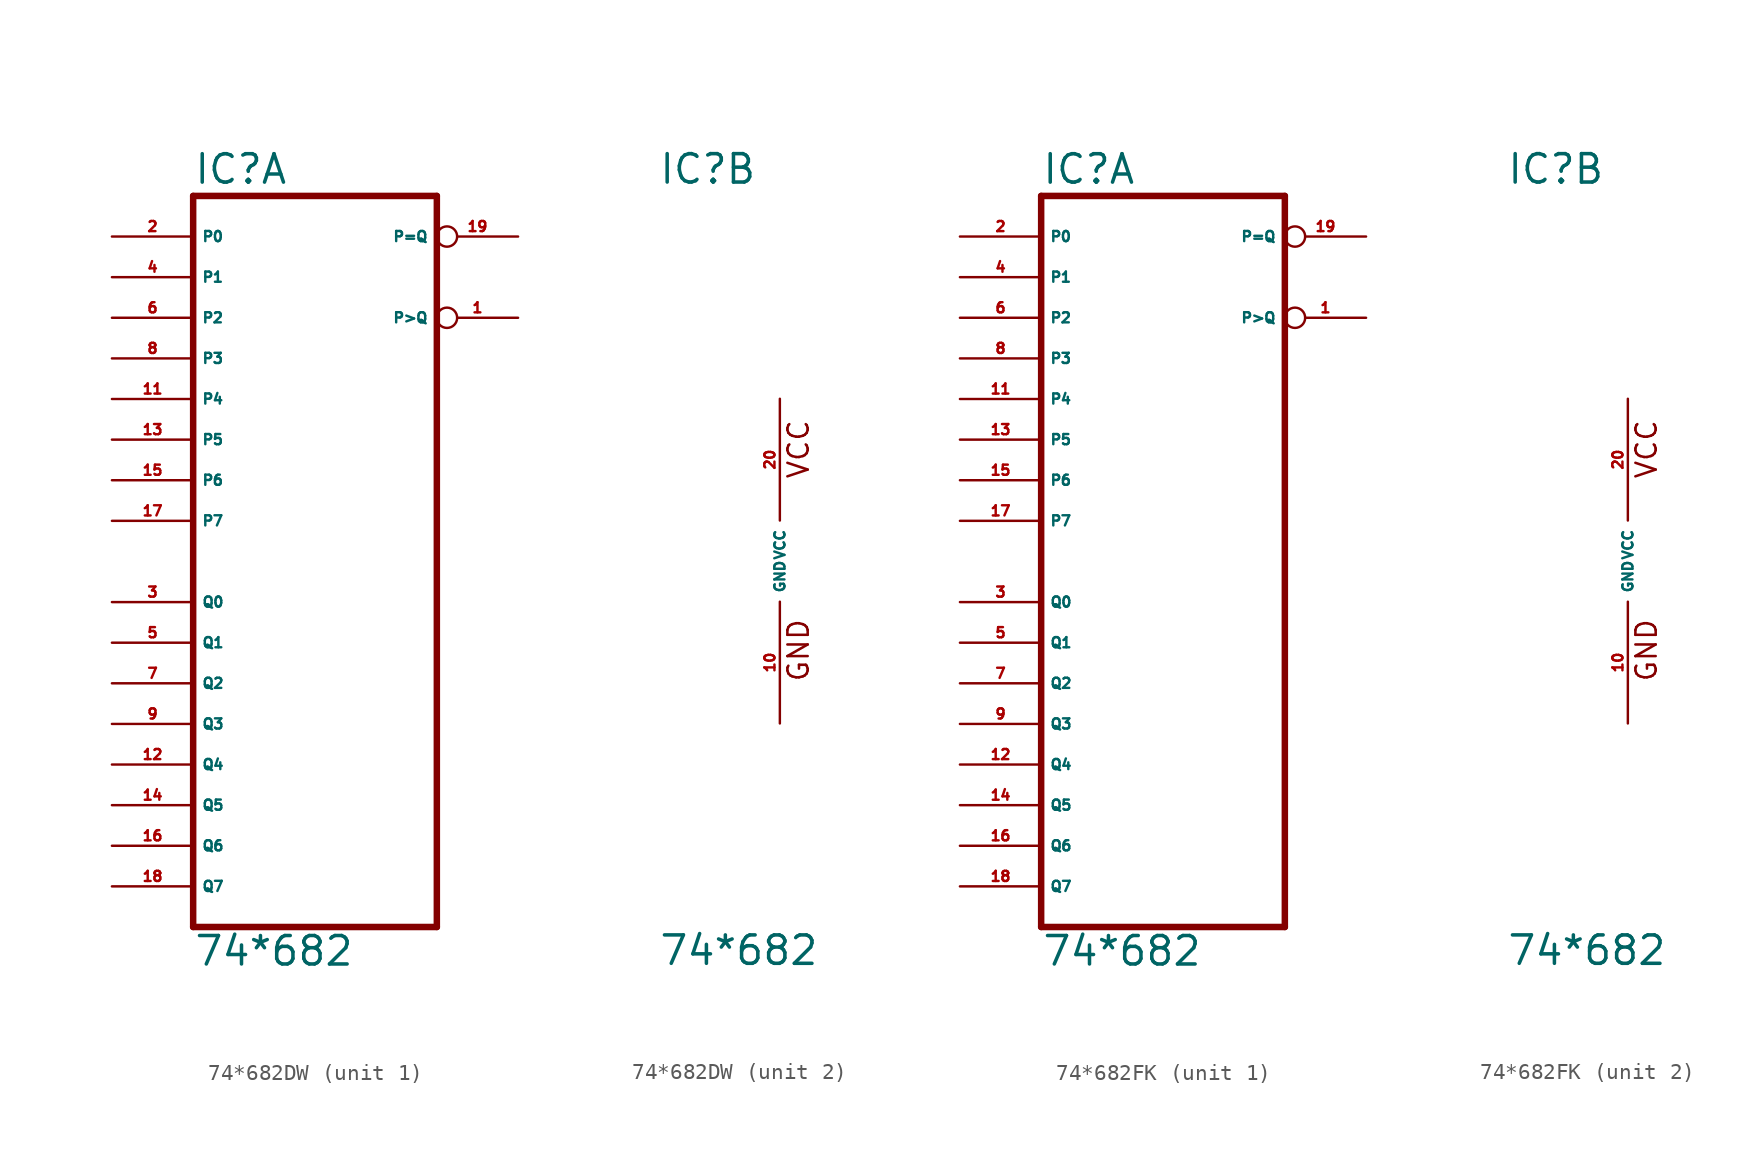
<source format=kicad_sym>
(kicad_symbol_lib
  (version 20220914)
  (generator Eagle2Kicad)
  (symbol "74*682DW"
    (property "Reference" "IC"
      (at -7.62 23.495 0)
      (effects (font (size 1.778 1.778) (thickness 0.22)) (justify left bottom)))
    (property "Value" "74*682"
      (at -7.62 -25.4 0)
      (effects (font (size 1.778 1.778) (thickness 0.22)) (justify left bottom)))
    (symbol "74*682DW_1_0"
      (polyline (pts (xy -7.62 -22.86) (xy 7.62 -22.86)) (stroke (width 0.406) (type default)) (fill (type none)))
      (polyline (pts (xy 7.62 -22.86) (xy 7.62 22.86)) (stroke (width 0.406) (type default)) (fill (type none)))
      (polyline (pts (xy 7.62 22.86) (xy -7.62 22.86)) (stroke (width 0.406) (type default)) (fill (type none)))
      (polyline (pts (xy -7.62 22.86) (xy -7.62 -22.86)) (stroke (width 0.406) (type default)) (fill (type none)))
      (pin output inverted (at 12.7 15.24 180) (length 5.08) (name "P>Q" (effects (font (size 0.635 0.635) (thickness 0.08)) (justify left bottom))) (number "1" (effects (font (size 0.635 0.635) (thickness 0.08)) (justify left bottom))))
      (pin input line (at -12.7 20.32 0) (length 5.08) (name "P0" (effects (font (size 0.635 0.635) (thickness 0.08)) (justify left bottom))) (number "2" (effects (font (size 0.635 0.635) (thickness 0.08)) (justify left bottom))))
      (pin input line (at -12.7 -2.54 0) (length 5.08) (name "Q0" (effects (font (size 0.635 0.635) (thickness 0.08)) (justify left bottom))) (number "3" (effects (font (size 0.635 0.635) (thickness 0.08)) (justify left bottom))))
      (pin input line (at -12.7 17.78 0) (length 5.08) (name "P1" (effects (font (size 0.635 0.635) (thickness 0.08)) (justify left bottom))) (number "4" (effects (font (size 0.635 0.635) (thickness 0.08)) (justify left bottom))))
      (pin input line (at -12.7 -5.08 0) (length 5.08) (name "Q1" (effects (font (size 0.635 0.635) (thickness 0.08)) (justify left bottom))) (number "5" (effects (font (size 0.635 0.635) (thickness 0.08)) (justify left bottom))))
      (pin input line (at -12.7 15.24 0) (length 5.08) (name "P2" (effects (font (size 0.635 0.635) (thickness 0.08)) (justify left bottom))) (number "6" (effects (font (size 0.635 0.635) (thickness 0.08)) (justify left bottom))))
      (pin input line (at -12.7 -7.62 0) (length 5.08) (name "Q2" (effects (font (size 0.635 0.635) (thickness 0.08)) (justify left bottom))) (number "7" (effects (font (size 0.635 0.635) (thickness 0.08)) (justify left bottom))))
      (pin input line (at -12.7 12.7 0) (length 5.08) (name "P3" (effects (font (size 0.635 0.635) (thickness 0.08)) (justify left bottom))) (number "8" (effects (font (size 0.635 0.635) (thickness 0.08)) (justify left bottom))))
      (pin input line (at -12.7 -10.16 0) (length 5.08) (name "Q3" (effects (font (size 0.635 0.635) (thickness 0.08)) (justify left bottom))) (number "9" (effects (font (size 0.635 0.635) (thickness 0.08)) (justify left bottom))))
      (pin input line (at -12.7 10.16 0) (length 5.08) (name "P4" (effects (font (size 0.635 0.635) (thickness 0.08)) (justify left bottom))) (number "11" (effects (font (size 0.635 0.635) (thickness 0.08)) (justify left bottom))))
      (pin input line (at -12.7 -12.7 0) (length 5.08) (name "Q4" (effects (font (size 0.635 0.635) (thickness 0.08)) (justify left bottom))) (number "12" (effects (font (size 0.635 0.635) (thickness 0.08)) (justify left bottom))))
      (pin input line (at -12.7 7.62 0) (length 5.08) (name "P5" (effects (font (size 0.635 0.635) (thickness 0.08)) (justify left bottom))) (number "13" (effects (font (size 0.635 0.635) (thickness 0.08)) (justify left bottom))))
      (pin input line (at -12.7 -15.24 0) (length 5.08) (name "Q5" (effects (font (size 0.635 0.635) (thickness 0.08)) (justify left bottom))) (number "14" (effects (font (size 0.635 0.635) (thickness 0.08)) (justify left bottom))))
      (pin input line (at -12.7 5.08 0) (length 5.08) (name "P6" (effects (font (size 0.635 0.635) (thickness 0.08)) (justify left bottom))) (number "15" (effects (font (size 0.635 0.635) (thickness 0.08)) (justify left bottom))))
      (pin input line (at -12.7 -17.78 0) (length 5.08) (name "Q6" (effects (font (size 0.635 0.635) (thickness 0.08)) (justify left bottom))) (number "16" (effects (font (size 0.635 0.635) (thickness 0.08)) (justify left bottom))))
      (pin input line (at -12.7 2.54 0) (length 5.08) (name "P7" (effects (font (size 0.635 0.635) (thickness 0.08)) (justify left bottom))) (number "17" (effects (font (size 0.635 0.635) (thickness 0.08)) (justify left bottom))))
      (pin input line (at -12.7 -20.32 0) (length 5.08) (name "Q7" (effects (font (size 0.635 0.635) (thickness 0.08)) (justify left bottom))) (number "18" (effects (font (size 0.635 0.635) (thickness 0.08)) (justify left bottom))))
      (pin output inverted (at 12.7 20.32 180) (length 5.08) (name "P=Q" (effects (font (size 0.635 0.635) (thickness 0.08)) (justify left bottom))) (number "19" (effects (font (size 0.635 0.635) (thickness 0.08)) (justify left bottom)))))
    (symbol "74*682DW_2_0"
      (text "GND" (at 1.905 -7.62 900) (effects (font (size 1.27 1.27) (thickness 0.16)) (justify left bottom)))
      (text "VCC" (at 1.905 5.08 900) (effects (font (size 1.27 1.27) (thickness 0.16)) (justify left bottom)))
      (pin unspecified line (at 0 -10.16 90) (length 7.62) (name "GND" (effects (font (size 0.635 0.635) (thickness 0.08)) (justify left bottom))) (number "10" (effects (font (size 0.635 0.635) (thickness 0.08)) (justify left bottom))))
      (pin unspecified line (at 0 10.16 270) (length 7.62) (name "VCC" (effects (font (size 0.635 0.635) (thickness 0.08)) (justify left bottom))) (number "20" (effects (font (size 0.635 0.635) (thickness 0.08)) (justify left bottom))))))
  (symbol "74*682FK"
    (property "Reference" "IC"
      (at -7.62 23.495 0)
      (effects (font (size 1.778 1.778) (thickness 0.22)) (justify left bottom)))
    (property "Value" "74*682"
      (at -7.62 -25.4 0)
      (effects (font (size 1.778 1.778) (thickness 0.22)) (justify left bottom)))
    (symbol "74*682FK_1_0"
      (polyline (pts (xy -7.62 -22.86) (xy 7.62 -22.86)) (stroke (width 0.406) (type default)) (fill (type none)))
      (polyline (pts (xy 7.62 -22.86) (xy 7.62 22.86)) (stroke (width 0.406) (type default)) (fill (type none)))
      (polyline (pts (xy 7.62 22.86) (xy -7.62 22.86)) (stroke (width 0.406) (type default)) (fill (type none)))
      (polyline (pts (xy -7.62 22.86) (xy -7.62 -22.86)) (stroke (width 0.406) (type default)) (fill (type none)))
      (pin output inverted (at 12.7 15.24 180) (length 5.08) (name "P>Q" (effects (font (size 0.635 0.635) (thickness 0.08)) (justify left bottom))) (number "1" (effects (font (size 0.635 0.635) (thickness 0.08)) (justify left bottom))))
      (pin input line (at -12.7 20.32 0) (length 5.08) (name "P0" (effects (font (size 0.635 0.635) (thickness 0.08)) (justify left bottom))) (number "2" (effects (font (size 0.635 0.635) (thickness 0.08)) (justify left bottom))))
      (pin input line (at -12.7 -2.54 0) (length 5.08) (name "Q0" (effects (font (size 0.635 0.635) (thickness 0.08)) (justify left bottom))) (number "3" (effects (font (size 0.635 0.635) (thickness 0.08)) (justify left bottom))))
      (pin input line (at -12.7 17.78 0) (length 5.08) (name "P1" (effects (font (size 0.635 0.635) (thickness 0.08)) (justify left bottom))) (number "4" (effects (font (size 0.635 0.635) (thickness 0.08)) (justify left bottom))))
      (pin input line (at -12.7 -5.08 0) (length 5.08) (name "Q1" (effects (font (size 0.635 0.635) (thickness 0.08)) (justify left bottom))) (number "5" (effects (font (size 0.635 0.635) (thickness 0.08)) (justify left bottom))))
      (pin input line (at -12.7 15.24 0) (length 5.08) (name "P2" (effects (font (size 0.635 0.635) (thickness 0.08)) (justify left bottom))) (number "6" (effects (font (size 0.635 0.635) (thickness 0.08)) (justify left bottom))))
      (pin input line (at -12.7 -7.62 0) (length 5.08) (name "Q2" (effects (font (size 0.635 0.635) (thickness 0.08)) (justify left bottom))) (number "7" (effects (font (size 0.635 0.635) (thickness 0.08)) (justify left bottom))))
      (pin input line (at -12.7 12.7 0) (length 5.08) (name "P3" (effects (font (size 0.635 0.635) (thickness 0.08)) (justify left bottom))) (number "8" (effects (font (size 0.635 0.635) (thickness 0.08)) (justify left bottom))))
      (pin input line (at -12.7 -10.16 0) (length 5.08) (name "Q3" (effects (font (size 0.635 0.635) (thickness 0.08)) (justify left bottom))) (number "9" (effects (font (size 0.635 0.635) (thickness 0.08)) (justify left bottom))))
      (pin input line (at -12.7 10.16 0) (length 5.08) (name "P4" (effects (font (size 0.635 0.635) (thickness 0.08)) (justify left bottom))) (number "11" (effects (font (size 0.635 0.635) (thickness 0.08)) (justify left bottom))))
      (pin input line (at -12.7 -12.7 0) (length 5.08) (name "Q4" (effects (font (size 0.635 0.635) (thickness 0.08)) (justify left bottom))) (number "12" (effects (font (size 0.635 0.635) (thickness 0.08)) (justify left bottom))))
      (pin input line (at -12.7 7.62 0) (length 5.08) (name "P5" (effects (font (size 0.635 0.635) (thickness 0.08)) (justify left bottom))) (number "13" (effects (font (size 0.635 0.635) (thickness 0.08)) (justify left bottom))))
      (pin input line (at -12.7 -15.24 0) (length 5.08) (name "Q5" (effects (font (size 0.635 0.635) (thickness 0.08)) (justify left bottom))) (number "14" (effects (font (size 0.635 0.635) (thickness 0.08)) (justify left bottom))))
      (pin input line (at -12.7 5.08 0) (length 5.08) (name "P6" (effects (font (size 0.635 0.635) (thickness 0.08)) (justify left bottom))) (number "15" (effects (font (size 0.635 0.635) (thickness 0.08)) (justify left bottom))))
      (pin input line (at -12.7 -17.78 0) (length 5.08) (name "Q6" (effects (font (size 0.635 0.635) (thickness 0.08)) (justify left bottom))) (number "16" (effects (font (size 0.635 0.635) (thickness 0.08)) (justify left bottom))))
      (pin input line (at -12.7 2.54 0) (length 5.08) (name "P7" (effects (font (size 0.635 0.635) (thickness 0.08)) (justify left bottom))) (number "17" (effects (font (size 0.635 0.635) (thickness 0.08)) (justify left bottom))))
      (pin input line (at -12.7 -20.32 0) (length 5.08) (name "Q7" (effects (font (size 0.635 0.635) (thickness 0.08)) (justify left bottom))) (number "18" (effects (font (size 0.635 0.635) (thickness 0.08)) (justify left bottom))))
      (pin output inverted (at 12.7 20.32 180) (length 5.08) (name "P=Q" (effects (font (size 0.635 0.635) (thickness 0.08)) (justify left bottom))) (number "19" (effects (font (size 0.635 0.635) (thickness 0.08)) (justify left bottom)))))
    (symbol "74*682FK_2_0"
      (text "GND" (at 1.905 -7.62 900) (effects (font (size 1.27 1.27) (thickness 0.16)) (justify left bottom)))
      (text "VCC" (at 1.905 5.08 900) (effects (font (size 1.27 1.27) (thickness 0.16)) (justify left bottom)))
      (pin unspecified line (at 0 -10.16 90) (length 7.62) (name "GND" (effects (font (size 0.635 0.635) (thickness 0.08)) (justify left bottom))) (number "10" (effects (font (size 0.635 0.635) (thickness 0.08)) (justify left bottom))))
      (pin unspecified line (at 0 10.16 270) (length 7.62) (name "VCC" (effects (font (size 0.635 0.635) (thickness 0.08)) (justify left bottom))) (number "20" (effects (font (size 0.635 0.635) (thickness 0.08)) (justify left bottom)))))))
</source>
